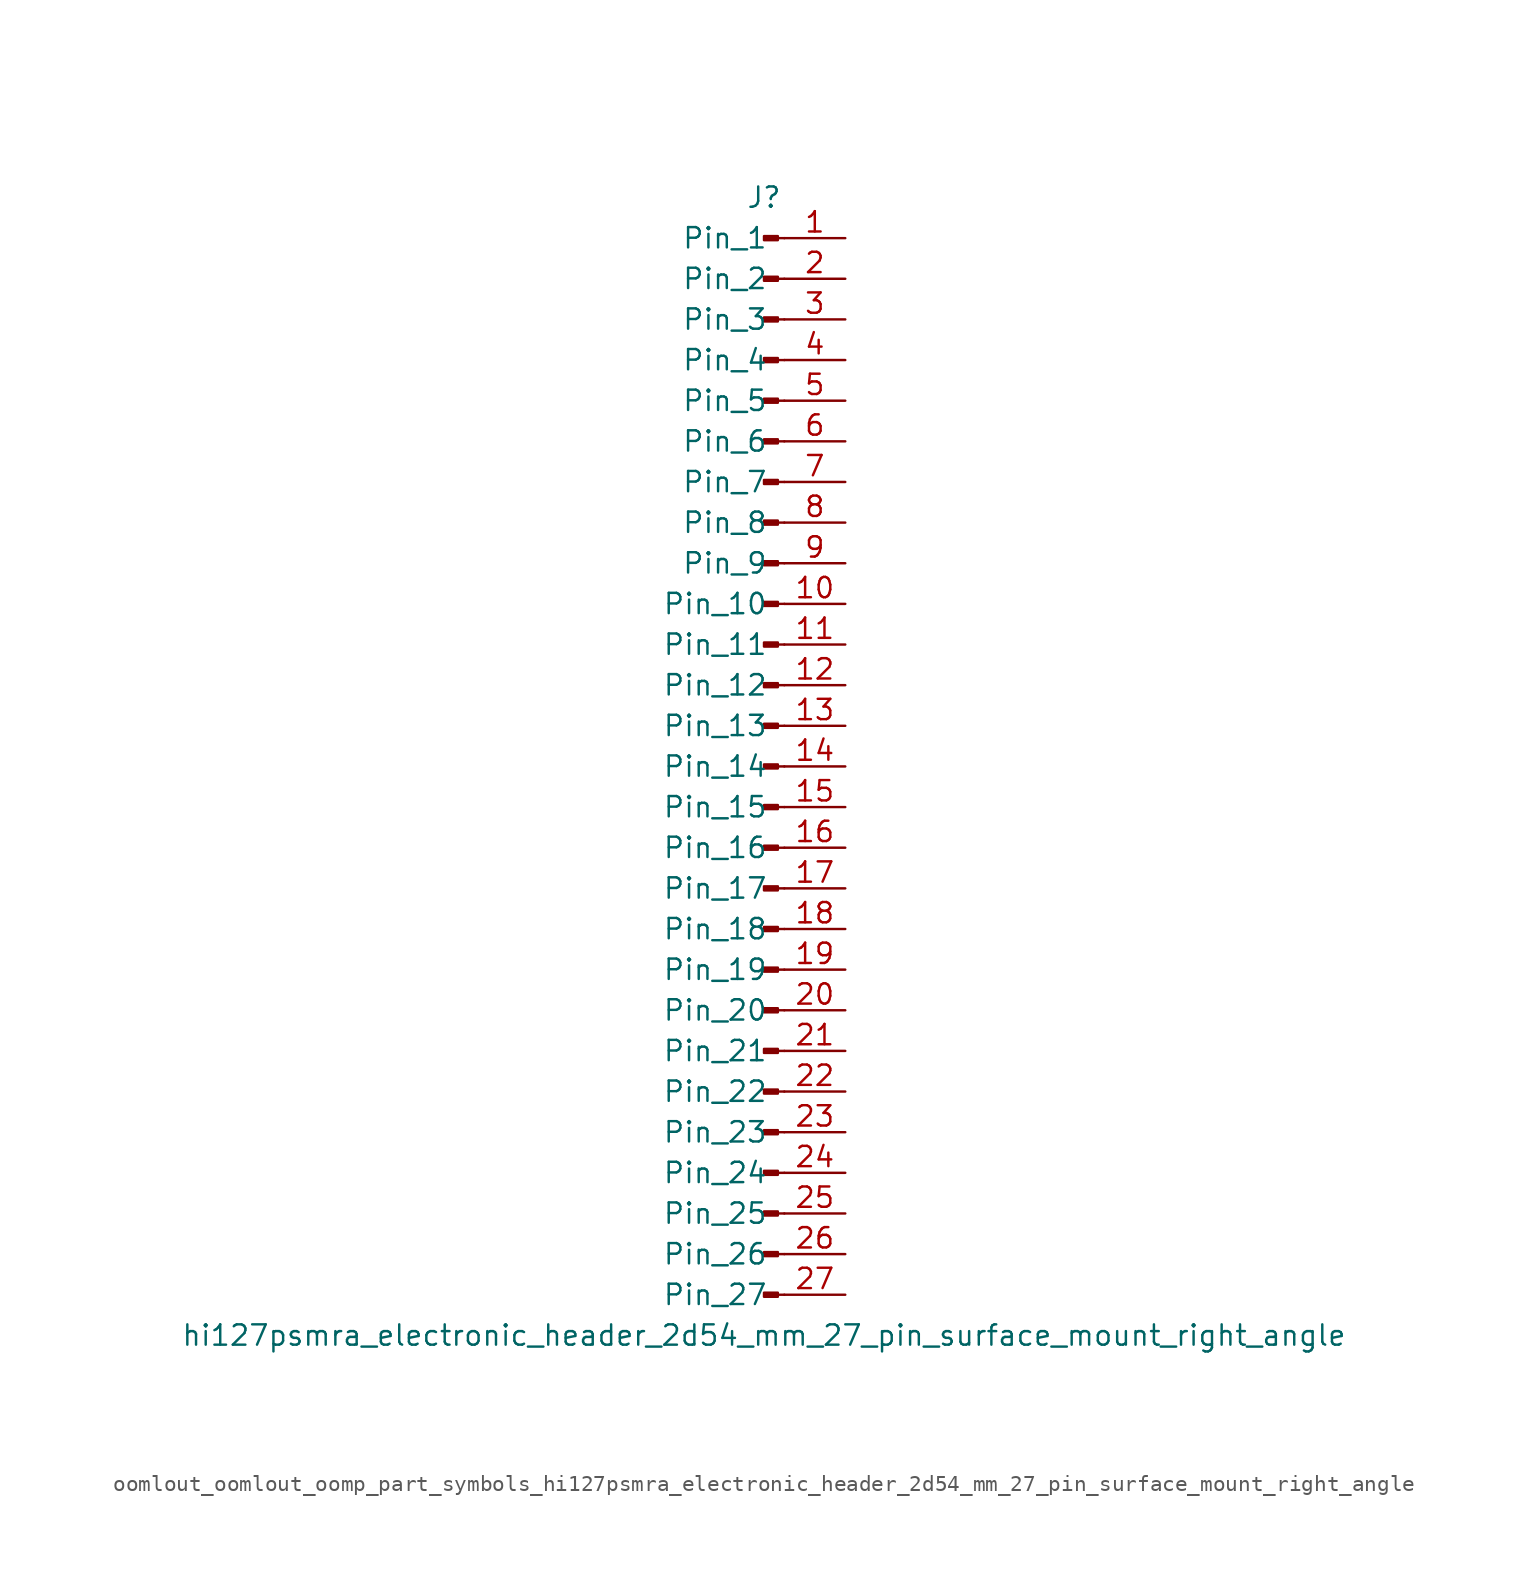
<source format=kicad_sym>
(kicad_symbol_lib
  (version 20220914)
  (generator kicad_symbol_editor)
  (symbol "oomlout_oomlout_oomp_part_symbols_hi127psmra_electronic_header_2d54_mm_27_pin_surface_mount_right_angle"
    (pin_names
      (offset 1.016))
    (property "Reference" "J"
      (at 0 35.56 0)
      (effects (font (size 1.27 1.27))))
    (property "Value" "hi127psmra_electronic_header_2d54_mm_27_pin_surface_mount_right_angle"
      (at 0 -35.56 0)
      (effects (font (size 1.27 1.27))))
    (property "ki_locked" ""
      (at 0 0 0)
      (effects (font (size 1.27 1.27))))
    (symbol "oomlout_oomlout_oomp_part_symbols_hi127psmra_electronic_header_2d54_mm_27_pin_surface_mount_right_angle_1_1"
      (polyline (pts (xy 1.27 -33.02) (xy 0.864 -33.02)) (stroke (width 0.152) (type default)) (fill (type none)))
      (polyline (pts (xy 1.27 -30.48) (xy 0.864 -30.48)) (stroke (width 0.152) (type default)) (fill (type none)))
      (polyline (pts (xy 1.27 -27.94) (xy 0.864 -27.94)) (stroke (width 0.152) (type default)) (fill (type none)))
      (polyline (pts (xy 1.27 -25.4) (xy 0.864 -25.4)) (stroke (width 0.152) (type default)) (fill (type none)))
      (polyline (pts (xy 1.27 -22.86) (xy 0.864 -22.86)) (stroke (width 0.152) (type default)) (fill (type none)))
      (polyline (pts (xy 1.27 -20.32) (xy 0.864 -20.32)) (stroke (width 0.152) (type default)) (fill (type none)))
      (polyline (pts (xy 1.27 -17.78) (xy 0.864 -17.78)) (stroke (width 0.152) (type default)) (fill (type none)))
      (polyline (pts (xy 1.27 -15.24) (xy 0.864 -15.24)) (stroke (width 0.152) (type default)) (fill (type none)))
      (polyline (pts (xy 1.27 -12.7) (xy 0.864 -12.7)) (stroke (width 0.152) (type default)) (fill (type none)))
      (polyline (pts (xy 1.27 -10.16) (xy 0.864 -10.16)) (stroke (width 0.152) (type default)) (fill (type none)))
      (polyline (pts (xy 1.27 -7.62) (xy 0.864 -7.62)) (stroke (width 0.152) (type default)) (fill (type none)))
      (polyline (pts (xy 1.27 -5.08) (xy 0.864 -5.08)) (stroke (width 0.152) (type default)) (fill (type none)))
      (polyline (pts (xy 1.27 -2.54) (xy 0.864 -2.54)) (stroke (width 0.152) (type default)) (fill (type none)))
      (polyline (pts (xy 1.27 0) (xy 0.864 0)) (stroke (width 0.152) (type default)) (fill (type none)))
      (polyline (pts (xy 1.27 2.54) (xy 0.864 2.54)) (stroke (width 0.152) (type default)) (fill (type none)))
      (polyline (pts (xy 1.27 5.08) (xy 0.864 5.08)) (stroke (width 0.152) (type default)) (fill (type none)))
      (polyline (pts (xy 1.27 7.62) (xy 0.864 7.62)) (stroke (width 0.152) (type default)) (fill (type none)))
      (polyline (pts (xy 1.27 10.16) (xy 0.864 10.16)) (stroke (width 0.152) (type default)) (fill (type none)))
      (polyline (pts (xy 1.27 12.7) (xy 0.864 12.7)) (stroke (width 0.152) (type default)) (fill (type none)))
      (polyline (pts (xy 1.27 15.24) (xy 0.864 15.24)) (stroke (width 0.152) (type default)) (fill (type none)))
      (polyline (pts (xy 1.27 17.78) (xy 0.864 17.78)) (stroke (width 0.152) (type default)) (fill (type none)))
      (polyline (pts (xy 1.27 20.32) (xy 0.864 20.32)) (stroke (width 0.152) (type default)) (fill (type none)))
      (polyline (pts (xy 1.27 22.86) (xy 0.864 22.86)) (stroke (width 0.152) (type default)) (fill (type none)))
      (polyline (pts (xy 1.27 25.4) (xy 0.864 25.4)) (stroke (width 0.152) (type default)) (fill (type none)))
      (polyline (pts (xy 1.27 27.94) (xy 0.864 27.94)) (stroke (width 0.152) (type default)) (fill (type none)))
      (polyline (pts (xy 1.27 30.48) (xy 0.864 30.48)) (stroke (width 0.152) (type default)) (fill (type none)))
      (polyline (pts (xy 1.27 33.02) (xy 0.864 33.02)) (stroke (width 0.152) (type default)) (fill (type none)))
      (rectangle (start 0.864 -32.893) (end 0 -33.147) (stroke (width 0.152) (type default)) (fill (type outline)))
      (rectangle (start 0.864 -30.353) (end 0 -30.607) (stroke (width 0.152) (type default)) (fill (type outline)))
      (rectangle (start 0.864 -27.813) (end 0 -28.067) (stroke (width 0.152) (type default)) (fill (type outline)))
      (rectangle (start 0.864 -25.273) (end 0 -25.527) (stroke (width 0.152) (type default)) (fill (type outline)))
      (rectangle (start 0.864 -22.733) (end 0 -22.987) (stroke (width 0.152) (type default)) (fill (type outline)))
      (rectangle (start 0.864 -20.193) (end 0 -20.447) (stroke (width 0.152) (type default)) (fill (type outline)))
      (rectangle (start 0.864 -17.653) (end 0 -17.907) (stroke (width 0.152) (type default)) (fill (type outline)))
      (rectangle (start 0.864 -15.113) (end 0 -15.367) (stroke (width 0.152) (type default)) (fill (type outline)))
      (rectangle (start 0.864 -12.573) (end 0 -12.827) (stroke (width 0.152) (type default)) (fill (type outline)))
      (rectangle (start 0.864 -10.033) (end 0 -10.287) (stroke (width 0.152) (type default)) (fill (type outline)))
      (rectangle (start 0.864 -7.493) (end 0 -7.747) (stroke (width 0.152) (type default)) (fill (type outline)))
      (rectangle (start 0.864 -4.953) (end 0 -5.207) (stroke (width 0.152) (type default)) (fill (type outline)))
      (rectangle (start 0.864 -2.413) (end 0 -2.667) (stroke (width 0.152) (type default)) (fill (type outline)))
      (rectangle (start 0.864 0.127) (end 0 -0.127) (stroke (width 0.152) (type default)) (fill (type outline)))
      (rectangle (start 0.864 2.667) (end 0 2.413) (stroke (width 0.152) (type default)) (fill (type outline)))
      (rectangle (start 0.864 5.207) (end 0 4.953) (stroke (width 0.152) (type default)) (fill (type outline)))
      (rectangle (start 0.864 7.747) (end 0 7.493) (stroke (width 0.152) (type default)) (fill (type outline)))
      (rectangle (start 0.864 10.287) (end 0 10.033) (stroke (width 0.152) (type default)) (fill (type outline)))
      (rectangle (start 0.864 12.827) (end 0 12.573) (stroke (width 0.152) (type default)) (fill (type outline)))
      (rectangle (start 0.864 15.367) (end 0 15.113) (stroke (width 0.152) (type default)) (fill (type outline)))
      (rectangle (start 0.864 17.907) (end 0 17.653) (stroke (width 0.152) (type default)) (fill (type outline)))
      (rectangle (start 0.864 20.447) (end 0 20.193) (stroke (width 0.152) (type default)) (fill (type outline)))
      (rectangle (start 0.864 22.987) (end 0 22.733) (stroke (width 0.152) (type default)) (fill (type outline)))
      (rectangle (start 0.864 25.527) (end 0 25.273) (stroke (width 0.152) (type default)) (fill (type outline)))
      (rectangle (start 0.864 28.067) (end 0 27.813) (stroke (width 0.152) (type default)) (fill (type outline)))
      (rectangle (start 0.864 30.607) (end 0 30.353) (stroke (width 0.152) (type default)) (fill (type outline)))
      (rectangle (start 0.864 33.147) (end 0 32.893) (stroke (width 0.152) (type default)) (fill (type outline)))
      (pin passive line (at 5.08 33.02 180) (length 3.81) (name "Pin_1" (effects (font (size 1.27 1.27)))) (number "1" (effects (font (size 1.27 1.27)))))
      (pin passive line (at 5.08 10.16 180) (length 3.81) (name "Pin_10" (effects (font (size 1.27 1.27)))) (number "10" (effects (font (size 1.27 1.27)))))
      (pin passive line (at 5.08 7.62 180) (length 3.81) (name "Pin_11" (effects (font (size 1.27 1.27)))) (number "11" (effects (font (size 1.27 1.27)))))
      (pin passive line (at 5.08 5.08 180) (length 3.81) (name "Pin_12" (effects (font (size 1.27 1.27)))) (number "12" (effects (font (size 1.27 1.27)))))
      (pin passive line (at 5.08 2.54 180) (length 3.81) (name "Pin_13" (effects (font (size 1.27 1.27)))) (number "13" (effects (font (size 1.27 1.27)))))
      (pin passive line (at 5.08 0 180) (length 3.81) (name "Pin_14" (effects (font (size 1.27 1.27)))) (number "14" (effects (font (size 1.27 1.27)))))
      (pin passive line (at 5.08 -2.54 180) (length 3.81) (name "Pin_15" (effects (font (size 1.27 1.27)))) (number "15" (effects (font (size 1.27 1.27)))))
      (pin passive line (at 5.08 -5.08 180) (length 3.81) (name "Pin_16" (effects (font (size 1.27 1.27)))) (number "16" (effects (font (size 1.27 1.27)))))
      (pin passive line (at 5.08 -7.62 180) (length 3.81) (name "Pin_17" (effects (font (size 1.27 1.27)))) (number "17" (effects (font (size 1.27 1.27)))))
      (pin passive line (at 5.08 -10.16 180) (length 3.81) (name "Pin_18" (effects (font (size 1.27 1.27)))) (number "18" (effects (font (size 1.27 1.27)))))
      (pin passive line (at 5.08 -12.7 180) (length 3.81) (name "Pin_19" (effects (font (size 1.27 1.27)))) (number "19" (effects (font (size 1.27 1.27)))))
      (pin passive line (at 5.08 30.48 180) (length 3.81) (name "Pin_2" (effects (font (size 1.27 1.27)))) (number "2" (effects (font (size 1.27 1.27)))))
      (pin passive line (at 5.08 -15.24 180) (length 3.81) (name "Pin_20" (effects (font (size 1.27 1.27)))) (number "20" (effects (font (size 1.27 1.27)))))
      (pin passive line (at 5.08 -17.78 180) (length 3.81) (name "Pin_21" (effects (font (size 1.27 1.27)))) (number "21" (effects (font (size 1.27 1.27)))))
      (pin passive line (at 5.08 -20.32 180) (length 3.81) (name "Pin_22" (effects (font (size 1.27 1.27)))) (number "22" (effects (font (size 1.27 1.27)))))
      (pin passive line (at 5.08 -22.86 180) (length 3.81) (name "Pin_23" (effects (font (size 1.27 1.27)))) (number "23" (effects (font (size 1.27 1.27)))))
      (pin passive line (at 5.08 -25.4 180) (length 3.81) (name "Pin_24" (effects (font (size 1.27 1.27)))) (number "24" (effects (font (size 1.27 1.27)))))
      (pin passive line (at 5.08 -27.94 180) (length 3.81) (name "Pin_25" (effects (font (size 1.27 1.27)))) (number "25" (effects (font (size 1.27 1.27)))))
      (pin passive line (at 5.08 -30.48 180) (length 3.81) (name "Pin_26" (effects (font (size 1.27 1.27)))) (number "26" (effects (font (size 1.27 1.27)))))
      (pin passive line (at 5.08 -33.02 180) (length 3.81) (name "Pin_27" (effects (font (size 1.27 1.27)))) (number "27" (effects (font (size 1.27 1.27)))))
      (pin passive line (at 5.08 27.94 180) (length 3.81) (name "Pin_3" (effects (font (size 1.27 1.27)))) (number "3" (effects (font (size 1.27 1.27)))))
      (pin passive line (at 5.08 25.4 180) (length 3.81) (name "Pin_4" (effects (font (size 1.27 1.27)))) (number "4" (effects (font (size 1.27 1.27)))))
      (pin passive line (at 5.08 22.86 180) (length 3.81) (name "Pin_5" (effects (font (size 1.27 1.27)))) (number "5" (effects (font (size 1.27 1.27)))))
      (pin passive line (at 5.08 20.32 180) (length 3.81) (name "Pin_6" (effects (font (size 1.27 1.27)))) (number "6" (effects (font (size 1.27 1.27)))))
      (pin passive line (at 5.08 17.78 180) (length 3.81) (name "Pin_7" (effects (font (size 1.27 1.27)))) (number "7" (effects (font (size 1.27 1.27)))))
      (pin passive line (at 5.08 15.24 180) (length 3.81) (name "Pin_8" (effects (font (size 1.27 1.27)))) (number "8" (effects (font (size 1.27 1.27)))))
      (pin passive line (at 5.08 12.7 180) (length 3.81) (name "Pin_9" (effects (font (size 1.27 1.27)))) (number "9" (effects (font (size 1.27 1.27))))))))
</source>
